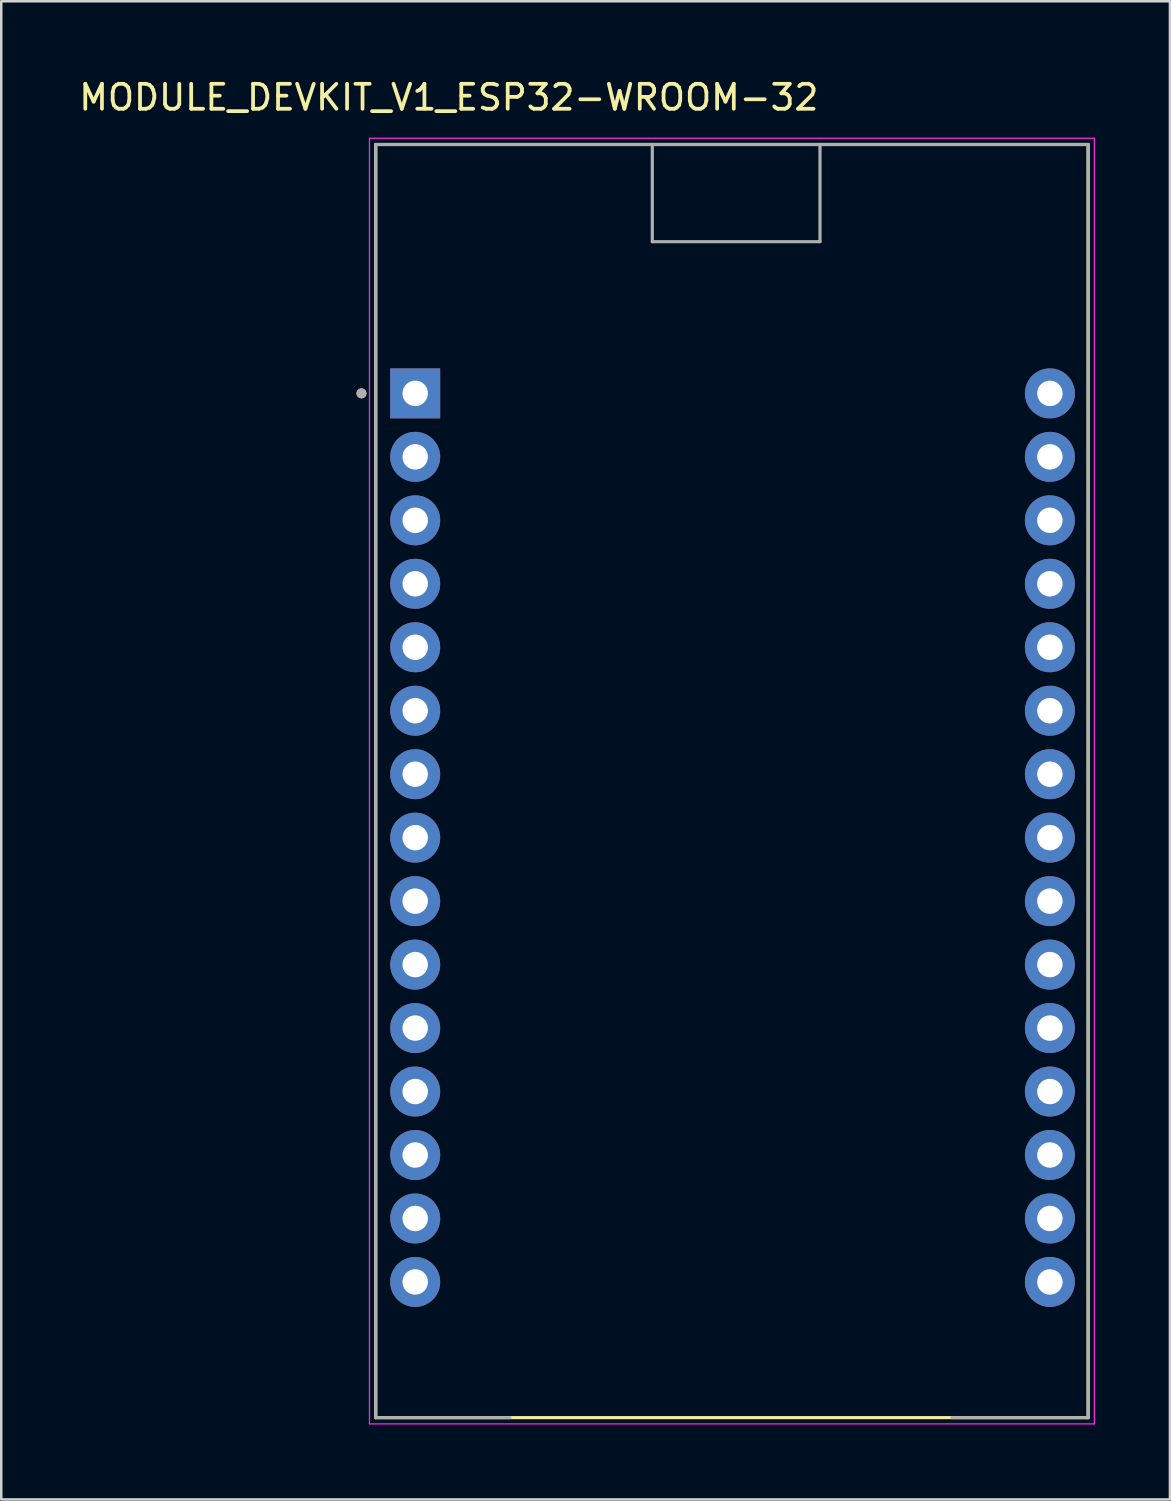
<source format=kicad_pcb>
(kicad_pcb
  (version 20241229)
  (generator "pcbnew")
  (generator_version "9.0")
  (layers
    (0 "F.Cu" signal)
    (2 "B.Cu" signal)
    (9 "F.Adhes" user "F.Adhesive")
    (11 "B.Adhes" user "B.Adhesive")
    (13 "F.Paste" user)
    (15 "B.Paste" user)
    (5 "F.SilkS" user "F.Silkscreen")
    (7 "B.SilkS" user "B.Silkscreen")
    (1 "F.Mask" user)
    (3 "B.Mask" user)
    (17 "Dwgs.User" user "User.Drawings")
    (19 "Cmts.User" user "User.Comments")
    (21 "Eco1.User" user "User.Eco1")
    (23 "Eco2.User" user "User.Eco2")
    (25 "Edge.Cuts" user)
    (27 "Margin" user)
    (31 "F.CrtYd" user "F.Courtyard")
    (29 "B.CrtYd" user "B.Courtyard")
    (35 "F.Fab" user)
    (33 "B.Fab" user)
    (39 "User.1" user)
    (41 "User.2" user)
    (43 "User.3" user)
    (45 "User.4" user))
  (footprint "MODULE_DEVKIT_V1_ESP32-WROOM-32"
    (layer "F.Cu")
    (at 26.266 28.208)
    (property "Reference" "MODULE_DEVKIT_V1_ESP32-WROOM-32" (at -11.355 -27.36 0) (layer "F.SilkS") (effects (font (size 1 1) (thickness 0.15))))
    (attr through_hole)
    (fp_line (start -14.28 -25.475) (end 14.23 -25.475) (stroke (width 0.127) (type solid)) (layer "F.SilkS"))
    (fp_line (start -14.28 25.475) (end -14.28 -25.475) (stroke (width 0.127) (type solid)) (layer "F.SilkS"))
    (fp_line (start 14.23 -25.475) (end 14.23 25.475) (stroke (width 0.127) (type solid)) (layer "F.SilkS"))
    (fp_line (start 14.23 25.475) (end -14.28 25.475) (stroke (width 0.127) (type solid)) (layer "F.SilkS"))
    (fp_circle (center -14.85 -15.515) (end -14.75 -15.515) (stroke (width 0.2) (type solid)) (fill no) (layer "F.SilkS"))
    (fp_line (start -14.53 -25.725) (end -14.53 25.725) (stroke (width 0.05) (type solid)) (layer "F.CrtYd"))
    (fp_line (start -14.53 25.725) (end 14.48 25.725) (stroke (width 0.05) (type solid)) (layer "F.CrtYd"))
    (fp_line (start 14.48 -25.725) (end -14.53 -25.725) (stroke (width 0.05) (type solid)) (layer "F.CrtYd"))
    (fp_line (start 14.48 25.725) (end 14.48 -25.725) (stroke (width 0.05) (type solid)) (layer "F.CrtYd"))
    (fp_line (start -14.28 -25.475) (end -3.211 -25.475) (stroke (width 0.127) (type solid)) (layer "F.Fab"))
    (fp_line (start -14.28 25.475) (end -14.28 -25.475) (stroke (width 0.127) (type solid)) (layer "F.Fab"))
    (fp_line (start -14.28 25.475) (end -8.91 25.475) (stroke (width 0.127) (type solid)) (layer "F.Fab"))
    (fp_line (start -3.211 -25.475) (end 3.5 -25.475) (stroke (width 0.127) (type solid)) (layer "F.Fab"))
    (fp_line (start -3.211 -21.585) (end -3.211 -25.475) (stroke (width 0.127) (type solid)) (layer "F.Fab"))
    (fp_line (start 3.5 -25.475) (end 3.5 -21.585) (stroke (width 0.127) (type solid)) (layer "F.Fab"))
    (fp_line (start 3.5 -25.475) (end 14.23 -25.475) (stroke (width 0.127) (type solid)) (layer "F.Fab"))
    (fp_line (start 3.5 -21.585) (end -3.211 -21.585) (stroke (width 0.127) (type solid)) (layer "F.Fab"))
    (fp_line (start 8.78 25.475) (end 14.23 25.475) (stroke (width 0.127) (type solid)) (layer "F.Fab"))
    (fp_line (start 14.23 -25.475) (end 14.23 25.475) (stroke (width 0.127) (type solid)) (layer "F.Fab"))
    (fp_circle (center -14.85 -15.515) (end -14.75 -15.515) (stroke (width 0.2) (type solid)) (fill no) (layer "F.Fab"))
    (pad "1" thru_hole rect (at -12.7 -15.515) (size 2 2) (drill 1.02) (layers "*.Cu" "*.Mask"))
    (pad "2" thru_hole circle (at -12.7 -12.975) (size 2 2) (drill 1.02) (layers "*.Cu" "*.Mask"))
    (pad "3" thru_hole circle (at -12.7 -10.435) (size 2 2) (drill 1.02) (layers "*.Cu" "*.Mask"))
    (pad "4" thru_hole circle (at -12.7 -7.895) (size 2 2) (drill 1.02) (layers "*.Cu" "*.Mask"))
    (pad "5" thru_hole circle (at -12.7 -5.355) (size 2 2) (drill 1.02) (layers "*.Cu" "*.Mask"))
    (pad "6" thru_hole circle (at -12.7 -2.815) (size 2 2) (drill 1.02) (layers "*.Cu" "*.Mask"))
    (pad "7" thru_hole circle (at -12.7 -0.275) (size 2 2) (drill 1.02) (layers "*.Cu" "*.Mask"))
    (pad "8" thru_hole circle (at -12.7 2.265) (size 2 2) (drill 1.02) (layers "*.Cu" "*.Mask"))
    (pad "9" thru_hole circle (at -12.7 4.805) (size 2 2) (drill 1.02) (layers "*.Cu" "*.Mask"))
    (pad "10" thru_hole circle (at -12.7 7.345) (size 2 2) (drill 1.02) (layers "*.Cu" "*.Mask"))
    (pad "11" thru_hole circle (at -12.7 9.885) (size 2 2) (drill 1.02) (layers "*.Cu" "*.Mask"))
    (pad "12" thru_hole circle (at -12.7 12.425) (size 2 2) (drill 1.02) (layers "*.Cu" "*.Mask"))
    (pad "13" thru_hole circle (at -12.7 14.965) (size 2 2) (drill 1.02) (layers "*.Cu" "*.Mask"))
    (pad "14" thru_hole circle (at -12.7 17.505) (size 2 2) (drill 1.02) (layers "*.Cu" "*.Mask"))
    (pad "15" thru_hole circle (at -12.7 20.045) (size 2 2) (drill 1.02) (layers "*.Cu" "*.Mask"))
    (pad "16" thru_hole circle (at 12.7 20.045) (size 2 2) (drill 1.02) (layers "*.Cu" "*.Mask"))
    (pad "17" thru_hole circle (at 12.7 17.505) (size 2 2) (drill 1.02) (layers "*.Cu" "*.Mask"))
    (pad "18" thru_hole circle (at 12.7 14.965) (size 2 2) (drill 1.02) (layers "*.Cu" "*.Mask"))
    (pad "19" thru_hole circle (at 12.7 12.425) (size 2 2) (drill 1.02) (layers "*.Cu" "*.Mask"))
    (pad "20" thru_hole circle (at 12.7 9.885) (size 2 2) (drill 1.02) (layers "*.Cu" "*.Mask"))
    (pad "21" thru_hole circle (at 12.7 7.345) (size 2 2) (drill 1.02) (layers "*.Cu" "*.Mask"))
    (pad "22" thru_hole circle (at 12.7 4.805) (size 2 2) (drill 1.02) (layers "*.Cu" "*.Mask"))
    (pad "23" thru_hole circle (at 12.7 2.265) (size 2 2) (drill 1.02) (layers "*.Cu" "*.Mask"))
    (pad "24" thru_hole circle (at 12.7 -0.275) (size 2 2) (drill 1.02) (layers "*.Cu" "*.Mask"))
    (pad "25" thru_hole circle (at 12.7 -2.815) (size 2 2) (drill 1.02) (layers "*.Cu" "*.Mask"))
    (pad "26" thru_hole circle (at 12.7 -5.355) (size 2 2) (drill 1.02) (layers "*.Cu" "*.Mask"))
    (pad "27" thru_hole circle (at 12.7 -7.895) (size 2 2) (drill 1.02) (layers "*.Cu" "*.Mask"))
    (pad "28" thru_hole circle (at 12.7 -10.435) (size 2 2) (drill 1.02) (layers "*.Cu" "*.Mask"))
    (pad "29" thru_hole circle (at 12.7 -12.975) (size 2 2) (drill 1.02) (layers "*.Cu" "*.Mask"))
    (pad "30" thru_hole circle (at 12.7 -15.515) (size 2 2) (drill 1.02) (layers "*.Cu" "*.Mask")))
  (gr_rect
    (start -3 -3)
    (end 43.771 56.958)
    (stroke (width 0.1) (type default))
    (fill no)
    (layer "Edge.Cuts")))
</source>
